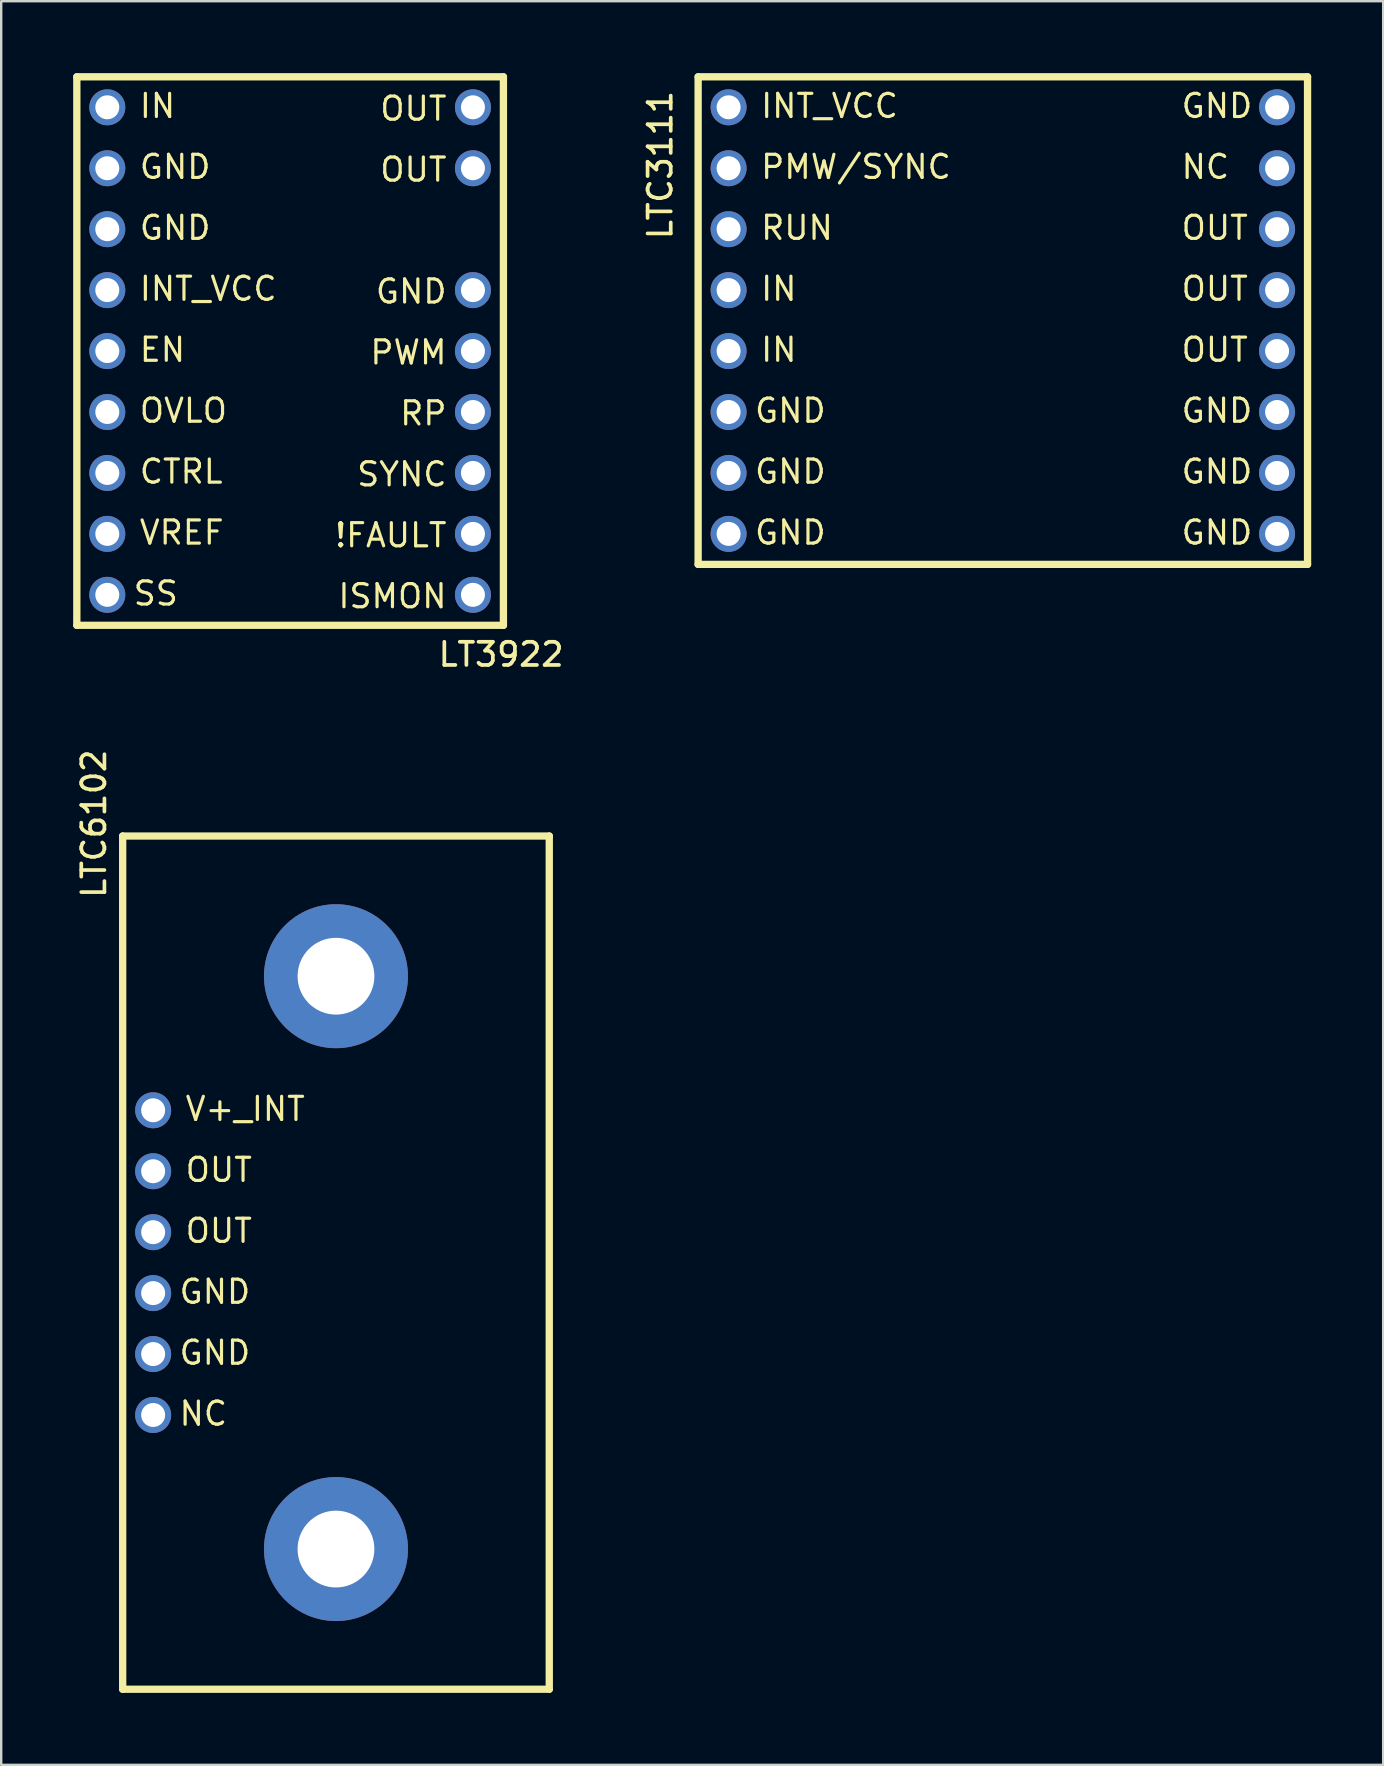
<source format=kicad_pcb>
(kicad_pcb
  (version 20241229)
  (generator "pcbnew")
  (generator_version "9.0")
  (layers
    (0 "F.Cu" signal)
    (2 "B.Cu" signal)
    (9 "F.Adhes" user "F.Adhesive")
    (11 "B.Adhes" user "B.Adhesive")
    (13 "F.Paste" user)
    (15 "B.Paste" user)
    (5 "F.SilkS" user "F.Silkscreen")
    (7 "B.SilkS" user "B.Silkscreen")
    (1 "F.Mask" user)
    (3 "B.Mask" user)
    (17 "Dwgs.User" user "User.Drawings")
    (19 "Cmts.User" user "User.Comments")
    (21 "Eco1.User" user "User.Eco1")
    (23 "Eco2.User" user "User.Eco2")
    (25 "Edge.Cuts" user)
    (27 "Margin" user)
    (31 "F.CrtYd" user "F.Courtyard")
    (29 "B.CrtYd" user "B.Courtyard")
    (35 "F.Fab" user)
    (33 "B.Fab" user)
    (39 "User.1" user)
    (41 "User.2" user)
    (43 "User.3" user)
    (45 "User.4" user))
  (footprint "LT3922"
    (layer "F.Cu")
    (at 9.042 1.422)
    (property "Reference" "LT3922" (at 6.096 23.368 0) (layer "F.SilkS") (effects (font (size 0.965 0.965) (thickness 0.154)) (justify left bottom)))
    (attr through_hole)
    (fp_line (start -8.89 -1.27) (end 8.89 -1.27) (stroke (width 0.305) (type solid)) (layer "F.SilkS"))
    (fp_line (start -8.89 21.59) (end -8.89 -1.27) (stroke (width 0.305) (type solid)) (layer "F.SilkS"))
    (fp_line (start 8.89 -1.27) (end 8.89 21.59) (stroke (width 0.305) (type solid)) (layer "F.SilkS"))
    (fp_line (start 8.89 21.59) (end -8.89 21.59) (stroke (width 0.305) (type solid)) (layer "F.SilkS"))
    (fp_text user "EN" (at -6.35 10.668 0) (layer "F.SilkS") (effects (font (size 0.965 0.965) (thickness 0.132)) (justify left bottom)))
    (fp_text user "OVLO" (at -6.35 13.208 0) (layer "F.SilkS") (effects (font (size 0.965 0.965) (thickness 0.132)) (justify left bottom)))
    (fp_text user "SYNC" (at 6.604 14.732 0) (layer "F.SilkS") (effects (font (size 0.965 0.965) (thickness 0.132)) (justify right top)))
    (fp_text user "GND" (at 6.604 7.112 0) (layer "F.SilkS") (effects (font (size 0.965 0.965) (thickness 0.132)) (justify right top)))
    (fp_text user "PWM" (at 6.604 9.652 0) (layer "F.SilkS") (effects (font (size 0.965 0.965) (thickness 0.132)) (justify right top)))
    (fp_text user "RP" (at 6.604 12.192 0) (layer "F.SilkS") (effects (font (size 0.965 0.965) (thickness 0.132)) (justify right top)))
    (fp_text user "INT_VCC" (at -6.35 8.128 0) (layer "F.SilkS") (effects (font (size 0.965 0.965) (thickness 0.132)) (justify left bottom)))
    (fp_text user "GND" (at -6.35 3.048 0) (layer "F.SilkS") (effects (font (size 0.965 0.965) (thickness 0.132)) (justify left bottom)))
    (fp_text user "SS" (at -6.604 20.828 0) (layer "F.SilkS") (effects (font (size 0.965 0.965) (thickness 0.132)) (justify left bottom)))
    (fp_text user "OUT" (at 6.604 2.032 0) (layer "F.SilkS") (effects (font (size 0.965 0.965) (thickness 0.132)) (justify right top)))
    (fp_text user "VREF" (at -6.35 18.288 0) (layer "F.SilkS") (effects (font (size 0.965 0.965) (thickness 0.132)) (justify left bottom)))
    (fp_text user "CTRL" (at -6.35 15.748 0) (layer "F.SilkS") (effects (font (size 0.965 0.965) (thickness 0.132)) (justify left bottom)))
    (fp_text user "IN" (at -6.35 0.508 0) (layer "F.SilkS") (effects (font (size 0.965 0.965) (thickness 0.132)) (justify left bottom)))
    (fp_text user "ISMON" (at 6.604 19.812 0) (layer "F.SilkS") (effects (font (size 0.965 0.965) (thickness 0.132)) (justify right top)))
    (fp_text user "!FAULT" (at 6.604 17.272 0) (layer "F.SilkS") (effects (font (size 0.965 0.965) (thickness 0.132)) (justify right top)))
    (fp_text user "OUT" (at 6.604 -0.508 0) (layer "F.SilkS") (effects (font (size 0.965 0.965) (thickness 0.132)) (justify right top)))
    (fp_text user "GND" (at -6.35 5.588 0) (layer "F.SilkS") (effects (font (size 0.965 0.965) (thickness 0.132)) (justify left bottom)))
    (pad "1" thru_hole circle (at -7.62 0) (size 1.5 1.5) (drill 1) (layers "*.Cu" "*.Mask"))
    (pad "2" thru_hole circle (at -7.62 2.54) (size 1.5 1.5) (drill 1) (layers "*.Cu" "*.Mask"))
    (pad "3" thru_hole circle (at -7.62 5.08) (size 1.5 1.5) (drill 1) (layers "*.Cu" "*.Mask"))
    (pad "4" thru_hole circle (at -7.62 7.62) (size 1.5 1.5) (drill 1) (layers "*.Cu" "*.Mask"))
    (pad "5" thru_hole circle (at -7.62 10.16) (size 1.5 1.5) (drill 1) (layers "*.Cu" "*.Mask"))
    (pad "6" thru_hole circle (at -7.62 12.7) (size 1.5 1.5) (drill 1) (layers "*.Cu" "*.Mask"))
    (pad "7" thru_hole circle (at -7.62 15.24) (size 1.5 1.5) (drill 1) (layers "*.Cu" "*.Mask"))
    (pad "8" thru_hole circle (at -7.62 17.78) (size 1.5 1.5) (drill 1) (layers "*.Cu" "*.Mask"))
    (pad "9" thru_hole circle (at -7.62 20.32) (size 1.5 1.5) (drill 1) (layers "*.Cu" "*.Mask"))
    (pad "10" thru_hole circle (at 7.62 20.32) (size 1.5 1.5) (drill 1) (layers "*.Cu" "*.Mask"))
    (pad "11" thru_hole circle (at 7.62 17.78) (size 1.5 1.5) (drill 1) (layers "*.Cu" "*.Mask"))
    (pad "12" thru_hole circle (at 7.62 15.24) (size 1.5 1.5) (drill 1) (layers "*.Cu" "*.Mask"))
    (pad "13" thru_hole circle (at 7.62 12.7) (size 1.5 1.5) (drill 1) (layers "*.Cu" "*.Mask"))
    (pad "14" thru_hole circle (at 7.62 10.16) (size 1.5 1.5) (drill 1) (layers "*.Cu" "*.Mask"))
    (pad "15" thru_hole circle (at 7.62 7.62) (size 1.5 1.5) (drill 1) (layers "*.Cu" "*.Mask"))
    (pad "17" thru_hole circle (at 7.62 2.54) (size 1.5 1.5) (drill 1) (layers "*.Cu" "*.Mask"))
    (pad "18" thru_hole circle (at 7.62 0) (size 1.5 1.5) (drill 1) (layers "*.Cu" "*.Mask")))
  (footprint "LTC6102"
    (layer "F.Cu")
    (at 10.953 49.575)
    (property "Reference" "LTC6102" (at -9.525 -15.113 270) (layer "F.SilkS") (effects (font (size 0.965 0.965) (thickness 0.154)) (justify left bottom)))
    (attr through_hole)
    (fp_line (start -8.89 -17.78) (end 8.89 -17.78) (stroke (width 0.305) (type solid)) (layer "F.SilkS"))
    (fp_line (start -8.89 17.78) (end -8.89 -17.78) (stroke (width 0.305) (type solid)) (layer "F.SilkS"))
    (fp_line (start 8.89 -17.78) (end 8.89 17.78) (stroke (width 0.305) (type solid)) (layer "F.SilkS"))
    (fp_line (start 8.89 17.78) (end -8.89 17.78) (stroke (width 0.305) (type solid)) (layer "F.SilkS"))
    (fp_text user "NC" (at -6.604 6.858 0) (layer "F.SilkS") (effects (font (size 0.965 0.965) (thickness 0.132)) (justify left bottom)))
    (fp_text user "OUT" (at -6.35 -3.302 0) (layer "F.SilkS") (effects (font (size 0.965 0.965) (thickness 0.132)) (justify left bottom)))
    (fp_text user "OUT" (at -6.35 -0.762 0) (layer "F.SilkS") (effects (font (size 0.965 0.965) (thickness 0.132)) (justify left bottom)))
    (fp_text user "GND" (at -6.604 4.318 0) (layer "F.SilkS") (effects (font (size 0.965 0.965) (thickness 0.132)) (justify left bottom)))
    (fp_text user "V+_INT" (at -6.35 -5.842 0) (layer "F.SilkS") (effects (font (size 0.965 0.965) (thickness 0.132)) (justify left bottom)))
    (fp_text user "GND" (at -6.604 1.778 0) (layer "F.SilkS") (effects (font (size 0.965 0.965) (thickness 0.132)) (justify left bottom)))
    (pad "1" thru_hole circle (at -7.62 -6.35) (size 1.5 1.5) (drill 1) (layers "*.Cu" "*.Mask"))
    (pad "2" thru_hole circle (at -7.62 -3.81) (size 1.5 1.5) (drill 1) (layers "*.Cu" "*.Mask"))
    (pad "3" thru_hole circle (at -7.62 -1.27) (size 1.5 1.5) (drill 1) (layers "*.Cu" "*.Mask"))
    (pad "4" thru_hole circle (at -7.62 1.27) (size 1.5 1.5) (drill 1) (layers "*.Cu" "*.Mask"))
    (pad "5" thru_hole circle (at -7.62 3.81) (size 1.5 1.5) (drill 1) (layers "*.Cu" "*.Mask"))
    (pad "6" thru_hole circle (at -7.62 6.35) (size 1.5 1.5) (drill 1) (layers "*.Cu" "*.Mask"))
    (pad "LOAD" thru_hole circle (at 0 11.938) (size 6 6) (drill 3.2) (layers "*.Cu" "*.Mask"))
    (pad "V+" thru_hole circle (at 0 -11.938) (size 6 6) (drill 3.2) (layers "*.Cu" "*.Mask")))
  (footprint "LTC3111"
    (layer "F.Cu")
    (at 38.747 1.422)
    (property "Reference" "LTC3111" (at -13.716 5.588 90) (layer "F.SilkS") (effects (font (size 0.965 0.965) (thickness 0.154)) (justify left bottom)))
    (attr through_hole)
    (fp_line (start -12.7 -1.27) (end 12.7 -1.27) (stroke (width 0.305) (type solid)) (layer "F.SilkS"))
    (fp_line (start -12.7 19.05) (end -12.7 -1.27) (stroke (width 0.305) (type solid)) (layer "F.SilkS"))
    (fp_line (start 12.7 -1.27) (end 12.7 19.05) (stroke (width 0.305) (type solid)) (layer "F.SilkS"))
    (fp_line (start 12.7 19.05) (end -12.7 19.05) (stroke (width 0.305) (type solid)) (layer "F.SilkS"))
    (fp_text user "GND" (at 7.366 18.288 0) (layer "F.SilkS") (effects (font (size 0.965 0.965) (thickness 0.132)) (justify left bottom)))
    (fp_text user "GND" (at -10.414 18.288 0) (layer "F.SilkS") (effects (font (size 0.965 0.965) (thickness 0.132)) (justify left bottom)))
    (fp_text user "RUN" (at -10.16 5.588 0) (layer "F.SilkS") (effects (font (size 0.965 0.965) (thickness 0.132)) (justify left bottom)))
    (fp_text user "GND" (at 7.366 0.508 0) (layer "F.SilkS") (effects (font (size 0.965 0.965) (thickness 0.132)) (justify left bottom)))
    (fp_text user "NC" (at 7.366 3.048 0) (layer "F.SilkS") (effects (font (size 0.965 0.965) (thickness 0.132)) (justify left bottom)))
    (fp_text user "PMW/SYNC" (at -10.16 3.048 0) (layer "F.SilkS") (effects (font (size 0.965 0.965) (thickness 0.132)) (justify left bottom)))
    (fp_text user "INT_VCC" (at -10.16 0.508 0) (layer "F.SilkS") (effects (font (size 0.965 0.965) (thickness 0.132)) (justify left bottom)))
    (fp_text user "IN" (at -10.16 10.668 0) (layer "F.SilkS") (effects (font (size 0.965 0.965) (thickness 0.132)) (justify left bottom)))
    (fp_text user "OUT" (at 7.366 8.128 0) (layer "F.SilkS") (effects (font (size 0.965 0.965) (thickness 0.132)) (justify left bottom)))
    (fp_text user "GND" (at -10.414 15.748 0) (layer "F.SilkS") (effects (font (size 0.965 0.965) (thickness 0.132)) (justify left bottom)))
    (fp_text user "IN" (at -10.16 8.128 0) (layer "F.SilkS") (effects (font (size 0.965 0.965) (thickness 0.132)) (justify left bottom)))
    (fp_text user "GND" (at 7.366 15.748 0) (layer "F.SilkS") (effects (font (size 0.965 0.965) (thickness 0.132)) (justify left bottom)))
    (fp_text user "GND" (at 7.366 13.208 0) (layer "F.SilkS") (effects (font (size 0.965 0.965) (thickness 0.132)) (justify left bottom)))
    (fp_text user "OUT" (at 7.366 5.588 0) (layer "F.SilkS") (effects (font (size 0.965 0.965) (thickness 0.132)) (justify left bottom)))
    (fp_text user "GND" (at -10.414 13.208 0) (layer "F.SilkS") (effects (font (size 0.965 0.965) (thickness 0.132)) (justify left bottom)))
    (fp_text user "OUT" (at 7.366 10.668 0) (layer "F.SilkS") (effects (font (size 0.965 0.965) (thickness 0.132)) (justify left bottom)))
    (pad "1" thru_hole circle (at -11.43 0) (size 1.5 1.5) (drill 1) (layers "*.Cu" "*.Mask"))
    (pad "2" thru_hole circle (at -11.43 2.54) (size 1.5 1.5) (drill 1) (layers "*.Cu" "*.Mask"))
    (pad "3" thru_hole circle (at -11.43 5.08) (size 1.5 1.5) (drill 1) (layers "*.Cu" "*.Mask"))
    (pad "4" thru_hole circle (at -11.43 7.62) (size 1.5 1.5) (drill 1) (layers "*.Cu" "*.Mask"))
    (pad "5" thru_hole circle (at -11.43 10.16) (size 1.5 1.5) (drill 1) (layers "*.Cu" "*.Mask"))
    (pad "6" thru_hole circle (at -11.43 12.7) (size 1.5 1.5) (drill 1) (layers "*.Cu" "*.Mask"))
    (pad "7" thru_hole circle (at -11.43 15.24) (size 1.5 1.5) (drill 1) (layers "*.Cu" "*.Mask"))
    (pad "8" thru_hole circle (at -11.43 17.78) (size 1.5 1.5) (drill 1) (layers "*.Cu" "*.Mask"))
    (pad "9" thru_hole circle (at 11.43 17.78) (size 1.5 1.5) (drill 1) (layers "*.Cu" "*.Mask"))
    (pad "10" thru_hole circle (at 11.43 15.24) (size 1.5 1.5) (drill 1) (layers "*.Cu" "*.Mask"))
    (pad "11" thru_hole circle (at 11.43 12.7) (size 1.5 1.5) (drill 1) (layers "*.Cu" "*.Mask"))
    (pad "12" thru_hole circle (at 11.43 10.16) (size 1.5 1.5) (drill 1) (layers "*.Cu" "*.Mask"))
    (pad "13" thru_hole circle (at 11.43 7.62) (size 1.5 1.5) (drill 1) (layers "*.Cu" "*.Mask"))
    (pad "14" thru_hole circle (at 11.43 5.08) (size 1.5 1.5) (drill 1) (layers "*.Cu" "*.Mask"))
    (pad "15" thru_hole circle (at 11.43 2.54) (size 1.5 1.5) (drill 1) (layers "*.Cu" "*.Mask"))
    (pad "16" thru_hole circle (at 11.43 0) (size 1.5 1.5) (drill 1) (layers "*.Cu" "*.Mask")))
  (gr_rect
    (start -3 -3)
    (end 54.599 70.508)
    (stroke (width 0.1) (type default))
    (fill no)
    (layer "Edge.Cuts")))
</source>
